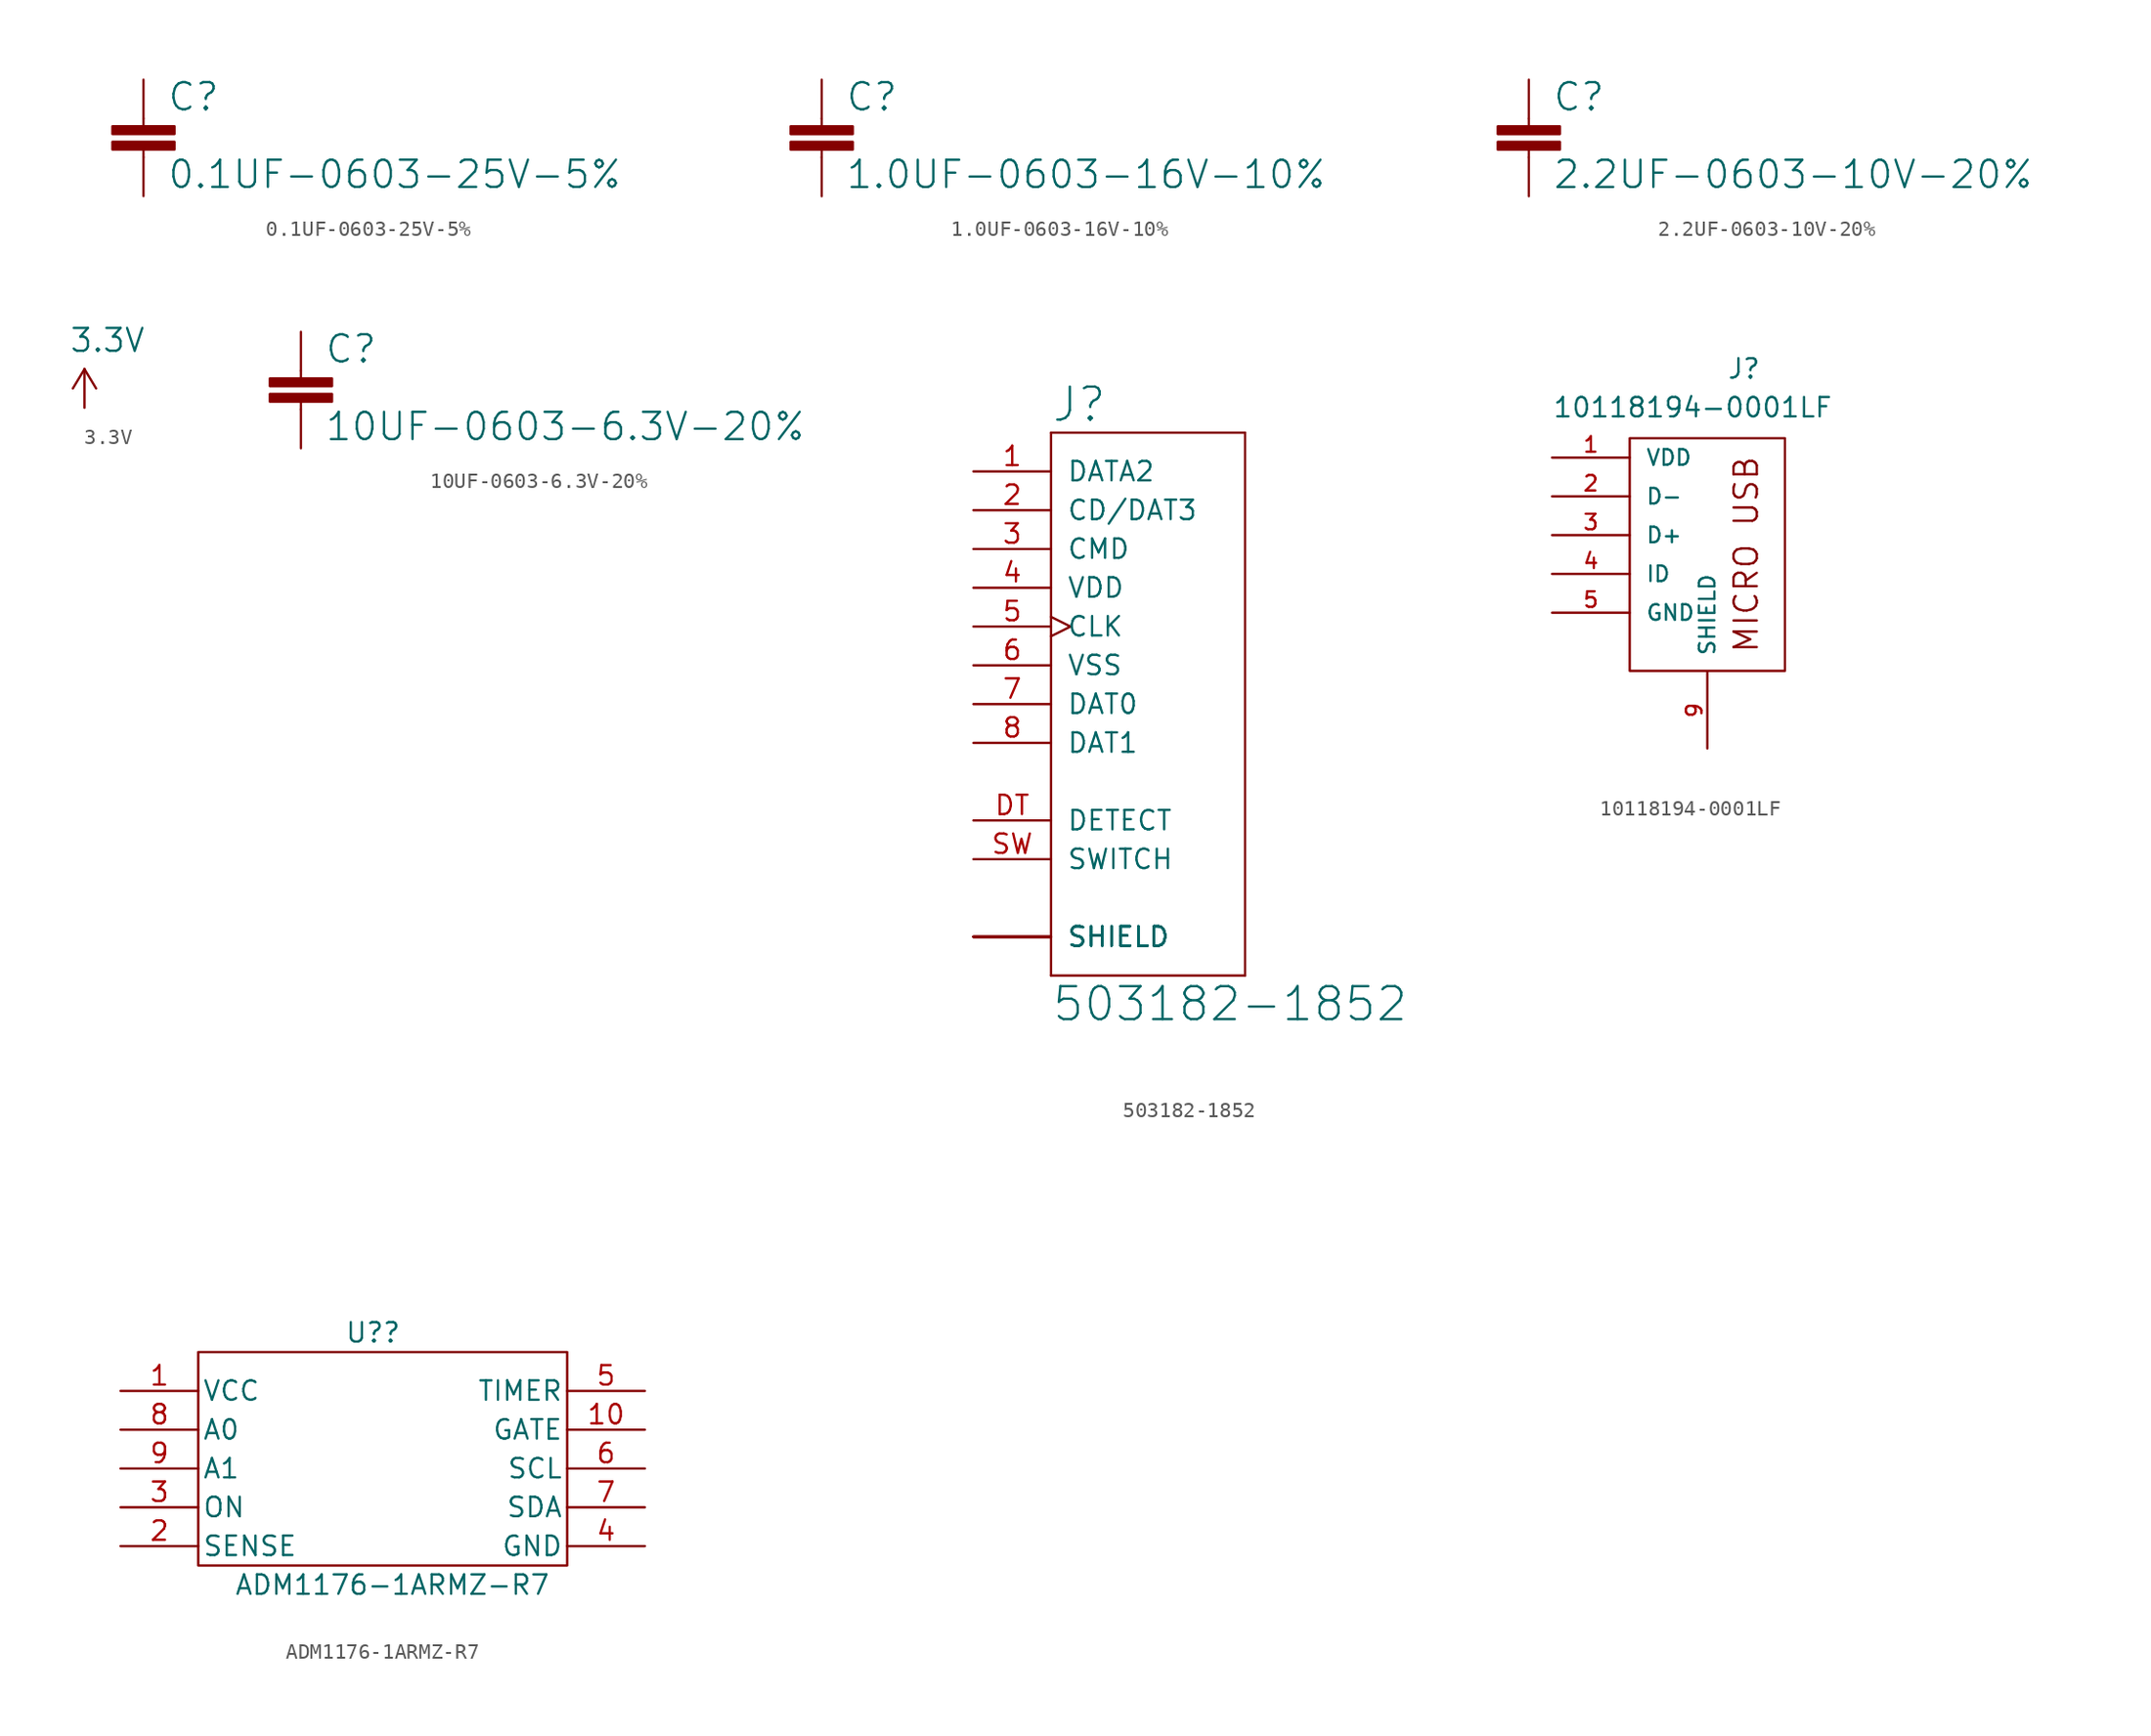
<source format=kicad_sym>
(kicad_symbol_lib
  (version 20231120)
  (generator "kicad_symbol_editor")
  (generator_version "8.0")
  (symbol "0.1UF-0603-25V-5%"
    (pin_names
      (offset 1.016))
    (property "Reference" "C"
      (at 1.524 2.921 0)
      (effects (font (size 1.778 1.778)) (justify left bottom)))
    (property "Value" "0.1UF-0603-25V-5%"
      (at 1.524 -2.159 0)
      (effects (font (size 1.778 1.778)) (justify left bottom)))
    (property "ki_locked" ""
      (at 0 0 0)
      (effects (font (size 1.27 1.27))))
    (symbol "0.1UF-0603-25V-5%_1_0"
      (rectangle (start -2.032 0.508) (end 2.032 1.016) (stroke (width 0) (type solid)) (fill (type outline)))
      (rectangle (start -2.032 1.524) (end 2.032 2.032) (stroke (width 0) (type solid)) (fill (type outline)))
      (polyline (pts (xy 0 0) (xy 0 0.508)) (stroke (width 0) (type solid)) (fill (type none)))
      (polyline (pts (xy 0 2.54) (xy 0 2.032)) (stroke (width 0) (type solid)) (fill (type none)))
      (pin passive line (at 0 5.08 270) (length 2.54) (name "1" (effects (font (size 0 0)))) (number "1" (effects (font (size 0 0)))))
      (pin passive line (at 0 -2.54 90) (length 2.54) (name "2" (effects (font (size 0 0)))) (number "2" (effects (font (size 0 0)))))))
  (symbol "1.0UF-0603-16V-10%"
    (pin_names
      (offset 1.016))
    (property "Reference" "C"
      (at 1.524 2.921 0)
      (effects (font (size 1.778 1.778)) (justify left bottom)))
    (property "Value" "1.0UF-0603-16V-10%"
      (at 1.524 -2.159 0)
      (effects (font (size 1.778 1.778)) (justify left bottom)))
    (property "ki_locked" ""
      (at 0 0 0)
      (effects (font (size 1.27 1.27))))
    (symbol "1.0UF-0603-16V-10%_1_0"
      (rectangle (start -2.032 0.508) (end 2.032 1.016) (stroke (width 0) (type solid)) (fill (type outline)))
      (rectangle (start -2.032 1.524) (end 2.032 2.032) (stroke (width 0) (type solid)) (fill (type outline)))
      (polyline (pts (xy 0 0) (xy 0 0.508)) (stroke (width 0) (type solid)) (fill (type none)))
      (polyline (pts (xy 0 2.54) (xy 0 2.032)) (stroke (width 0) (type solid)) (fill (type none)))
      (pin passive line (at 0 5.08 270) (length 2.54) (name "1" (effects (font (size 0 0)))) (number "1" (effects (font (size 0 0)))))
      (pin passive line (at 0 -2.54 90) (length 2.54) (name "2" (effects (font (size 0 0)))) (number "2" (effects (font (size 0 0)))))))
  (symbol "2.2UF-0603-10V-20%"
    (pin_names
      (offset 1.016))
    (property "Reference" "C"
      (at 1.524 2.921 0)
      (effects (font (size 1.778 1.778)) (justify left bottom)))
    (property "Value" "2.2UF-0603-10V-20%"
      (at 1.524 -2.159 0)
      (effects (font (size 1.778 1.778)) (justify left bottom)))
    (property "ki_locked" ""
      (at 0 0 0)
      (effects (font (size 1.27 1.27))))
    (symbol "2.2UF-0603-10V-20%_1_0"
      (rectangle (start -2.032 0.508) (end 2.032 1.016) (stroke (width 0) (type solid)) (fill (type outline)))
      (rectangle (start -2.032 1.524) (end 2.032 2.032) (stroke (width 0) (type solid)) (fill (type outline)))
      (polyline (pts (xy 0 0) (xy 0 0.508)) (stroke (width 0) (type solid)) (fill (type none)))
      (polyline (pts (xy 0 2.54) (xy 0 2.032)) (stroke (width 0) (type solid)) (fill (type none)))
      (pin passive line (at 0 5.08 270) (length 2.54) (name "1" (effects (font (size 0 0)))) (number "1" (effects (font (size 0 0)))))
      (pin passive line (at 0 -2.54 90) (length 2.54) (name "2" (effects (font (size 0 0)))) (number "2" (effects (font (size 0 0)))))))
  (symbol "3.3V"
    (power)
    (pin_names
      (offset 1.016))
    (property "Reference" "#P+"
      (at 0 0 0)
      (effects (font (size 1.27 1.27)) (hide yes)))
    (property "Value" "3.3V"
      (at -1.016 3.556 0)
      (effects (font (size 1.499 1.499)) (justify left bottom)))
    (property "ki_locked" ""
      (at 0 0 0)
      (effects (font (size 1.27 1.27))))
    (symbol "3.3V_1_0"
      (polyline (pts (xy 0 2.54) (xy -0.762 1.27)) (stroke (width 0) (type solid)) (fill (type none)))
      (polyline (pts (xy 0.762 1.27) (xy 0 2.54)) (stroke (width 0) (type solid)) (fill (type none)))
      (pin power_in line (at 0 0 90) (length 2.54) (name "3.3V" (effects (font (size 0 0)))) (number "1" (effects (font (size 0 0)))))))
  (symbol "10UF-0603-6.3V-20%"
    (pin_names
      (offset 1.016))
    (property "Reference" "C"
      (at 1.524 2.921 0)
      (effects (font (size 1.778 1.778)) (justify left bottom)))
    (property "Value" "10UF-0603-6.3V-20%"
      (at 1.524 -2.159 0)
      (effects (font (size 1.778 1.778)) (justify left bottom)))
    (property "ki_locked" ""
      (at 0 0 0)
      (effects (font (size 1.27 1.27))))
    (symbol "10UF-0603-6.3V-20%_1_0"
      (rectangle (start -2.032 0.508) (end 2.032 1.016) (stroke (width 0) (type solid)) (fill (type outline)))
      (rectangle (start -2.032 1.524) (end 2.032 2.032) (stroke (width 0) (type solid)) (fill (type outline)))
      (polyline (pts (xy 0 0) (xy 0 0.508)) (stroke (width 0) (type solid)) (fill (type none)))
      (polyline (pts (xy 0 2.54) (xy 0 2.032)) (stroke (width 0) (type solid)) (fill (type none)))
      (pin passive line (at 0 5.08 270) (length 2.54) (name "1" (effects (font (size 0 0)))) (number "1" (effects (font (size 0 0)))))
      (pin passive line (at 0 -2.54 90) (length 2.54) (name "2" (effects (font (size 0 0)))) (number "2" (effects (font (size 0 0)))))))
  (symbol "503182-1852"
    (pin_names
      (offset 1.016))
    (property "Reference" "J"
      (at 0 18.364 0)
      (effects (font (size 2.159 2.159)) (justify left bottom)))
    (property "Value" "503182-1852"
      (at 0 -20.904 0)
      (effects (font (size 2.159 2.159)) (justify left bottom)))
    (property "ki_locked" ""
      (at 0 0 0)
      (effects (font (size 1.27 1.27))))
    (symbol "503182-1852_1_0"
      (polyline (pts (xy 0 -17.78) (xy 12.7 -17.78)) (stroke (width 0) (type solid)) (fill (type none)))
      (polyline (pts (xy 0 17.78) (xy 0 -17.78)) (stroke (width 0) (type solid)) (fill (type none)))
      (polyline (pts (xy 12.7 -17.78) (xy 12.7 17.78)) (stroke (width 0) (type solid)) (fill (type none)))
      (polyline (pts (xy 12.7 17.78) (xy 0 17.78)) (stroke (width 0) (type solid)) (fill (type none)))
      (pin bidirectional line (at -5.08 15.24 0) (length 5.08) (name "DATA2" (effects (font (size 1.27 1.27)))) (number "1" (effects (font (size 1.27 1.27)))))
      (pin bidirectional line (at -5.08 12.7 0) (length 5.08) (name "CD/DAT3" (effects (font (size 1.27 1.27)))) (number "2" (effects (font (size 1.27 1.27)))))
      (pin bidirectional line (at -5.08 10.16 0) (length 5.08) (name "CMD" (effects (font (size 1.27 1.27)))) (number "3" (effects (font (size 1.27 1.27)))))
      (pin power_in line (at -5.08 7.62 0) (length 5.08) (name "VDD" (effects (font (size 1.27 1.27)))) (number "4" (effects (font (size 1.27 1.27)))))
      (pin bidirectional clock (at -5.08 5.08 0) (length 5.08) (name "CLK" (effects (font (size 1.27 1.27)))) (number "5" (effects (font (size 1.27 1.27)))))
      (pin power_in line (at -5.08 2.54 0) (length 5.08) (name "VSS" (effects (font (size 1.27 1.27)))) (number "6" (effects (font (size 1.27 1.27)))))
      (pin bidirectional line (at -5.08 0 0) (length 5.08) (name "DAT0" (effects (font (size 1.27 1.27)))) (number "7" (effects (font (size 1.27 1.27)))))
      (pin bidirectional line (at -5.08 -2.54 0) (length 5.08) (name "DAT1" (effects (font (size 1.27 1.27)))) (number "8" (effects (font (size 1.27 1.27)))))
      (pin bidirectional line (at -5.08 -7.62 0) (length 5.08) (name "DETECT" (effects (font (size 1.27 1.27)))) (number "DT" (effects (font (size 1.27 1.27)))))
      (pin passive line (at -5.08 -15.24 0) (length 5.08) (name "SHIELD" (effects (font (size 1.27 1.27)))) (number "P1" (effects (font (size 0 0)))))
      (pin passive line (at -5.08 -15.24 0) (length 5.08) (name "SHIELD" (effects (font (size 1.27 1.27)))) (number "P2" (effects (font (size 0 0)))))
      (pin passive line (at -5.08 -15.24 0) (length 5.08) (name "SHIELD" (effects (font (size 1.27 1.27)))) (number "P3" (effects (font (size 0 0)))))
      (pin passive line (at -5.08 -15.24 0) (length 5.08) (name "SHIELD" (effects (font (size 1.27 1.27)))) (number "P4" (effects (font (size 0 0)))))
      (pin passive line (at -5.08 -15.24 0) (length 5.08) (name "SHIELD" (effects (font (size 1.27 1.27)))) (number "P5" (effects (font (size 0 0)))))
      (pin bidirectional line (at -5.08 -10.16 0) (length 5.08) (name "SWITCH" (effects (font (size 1.27 1.27)))) (number "SW" (effects (font (size 1.27 1.27)))))))
  (symbol "10118194-0001LF"
    (pin_names
      (offset 1.016))
    (property "Reference" "J"
      (at -1.27 10.16 0)
      (effects (font (size 1.27 1.27)) (justify left bottom)))
    (property "Value" "10118194-0001LF"
      (at -12.7 7.62 0)
      (effects (font (size 1.27 1.27)) (justify left bottom)))
    (symbol "10118194-0001LF_0_0"
      (text "MICRO USB" (at 0 -1.27 900) (effects (font (size 1.524 1.524))))
      (pin power_in line (at -12.7 5.08 0) (length 5.08) (name "VDD" (effects (font (size 1.016 1.016)))) (number "1" (effects (font (size 1.016 1.016)))))
      (pin bidirectional line (at -12.7 2.54 0) (length 5.08) (name "D-" (effects (font (size 1.016 1.016)))) (number "2" (effects (font (size 1.016 1.016)))))
      (pin bidirectional line (at -12.7 0 0) (length 5.08) (name "D+" (effects (font (size 1.016 1.016)))) (number "3" (effects (font (size 1.016 1.016)))))
      (pin passive line (at -12.7 -2.54 0) (length 5.08) (name "ID" (effects (font (size 1.016 1.016)))) (number "4" (effects (font (size 1.016 1.016)))))
      (pin power_in line (at -12.7 -5.08 0) (length 5.08) (name "GND" (effects (font (size 1.016 1.016)))) (number "5" (effects (font (size 1.016 1.016))))))
    (symbol "10118194-0001LF_0_1"
      (rectangle (start -7.62 6.35) (end 2.54 -8.89) (stroke (width 0) (type solid)) (fill (type none))))
    (symbol "10118194-0001LF_1_0"
      (pin power_in line (at -2.54 -13.97 90) (length 5.004) hide (name "~" (effects (font (size 1.016 1.016)))) (number "8" (effects (font (size 1.016 1.016)))))
      (pin power_in line (at -2.54 -13.97 90) (length 5.004) (name "SHIELD" (effects (font (size 1.016 1.016)))) (number "9" (effects (font (size 1.016 1.016)))))))
  (symbol "ADM1176-1ARMZ-R7"
    (pin_names
      (offset 0.254))
    (property "Reference" "U?"
      (at 19.05 -10.16 0)
      (effects (font (size 1.27 1.27))))
    (property "Value" "ADM1176-1ARMZ-R7"
      (at 20.32 -26.67 0)
      (effects (font (size 1.27 1.27))))
    (property "Datasheet" ""
      (at 2.54 -3.81 0)
      (effects (font (size 1.27 1.27))))
    (symbol "ADM1176-1ARMZ-R7_0_1"
      (rectangle (start 7.62 -11.43) (end 31.75 -25.4) (stroke (width 0) (type solid)) (fill (type none))))
    (symbol "ADM1176-1ARMZ-R7_1_0"
      (pin unspecified line (at 2.54 -13.97 0) (length 5.08) (name "VCC" (effects (font (size 1.27 1.27)))) (number "1" (effects (font (size 1.27 1.27)))))
      (pin unspecified line (at 36.83 -16.51 180) (length 5.08) (name "GATE" (effects (font (size 1.27 1.27)))) (number "10" (effects (font (size 1.27 1.27)))))
      (pin unspecified line (at 2.54 -24.13 0) (length 5.08) (name "SENSE" (effects (font (size 1.27 1.27)))) (number "2" (effects (font (size 1.27 1.27)))))
      (pin unspecified line (at 2.54 -21.59 0) (length 5.08) (name "ON" (effects (font (size 1.27 1.27)))) (number "3" (effects (font (size 1.27 1.27)))))
      (pin unspecified line (at 36.83 -24.13 180) (length 5.08) (name "GND" (effects (font (size 1.27 1.27)))) (number "4" (effects (font (size 1.27 1.27)))))
      (pin unspecified line (at 36.83 -13.97 180) (length 5.08) (name "TIMER" (effects (font (size 1.27 1.27)))) (number "5" (effects (font (size 1.27 1.27)))))
      (pin unspecified line (at 36.83 -19.05 180) (length 5.08) (name "SCL" (effects (font (size 1.27 1.27)))) (number "6" (effects (font (size 1.27 1.27)))))
      (pin unspecified line (at 36.83 -21.59 180) (length 5.08) (name "SDA" (effects (font (size 1.27 1.27)))) (number "7" (effects (font (size 1.27 1.27)))))
      (pin unspecified line (at 2.54 -16.51 0) (length 5.08) (name "A0" (effects (font (size 1.27 1.27)))) (number "8" (effects (font (size 1.27 1.27)))))
      (pin unspecified line (at 2.54 -19.05 0) (length 5.08) (name "A1" (effects (font (size 1.27 1.27)))) (number "9" (effects (font (size 1.27 1.27))))))))
</source>
